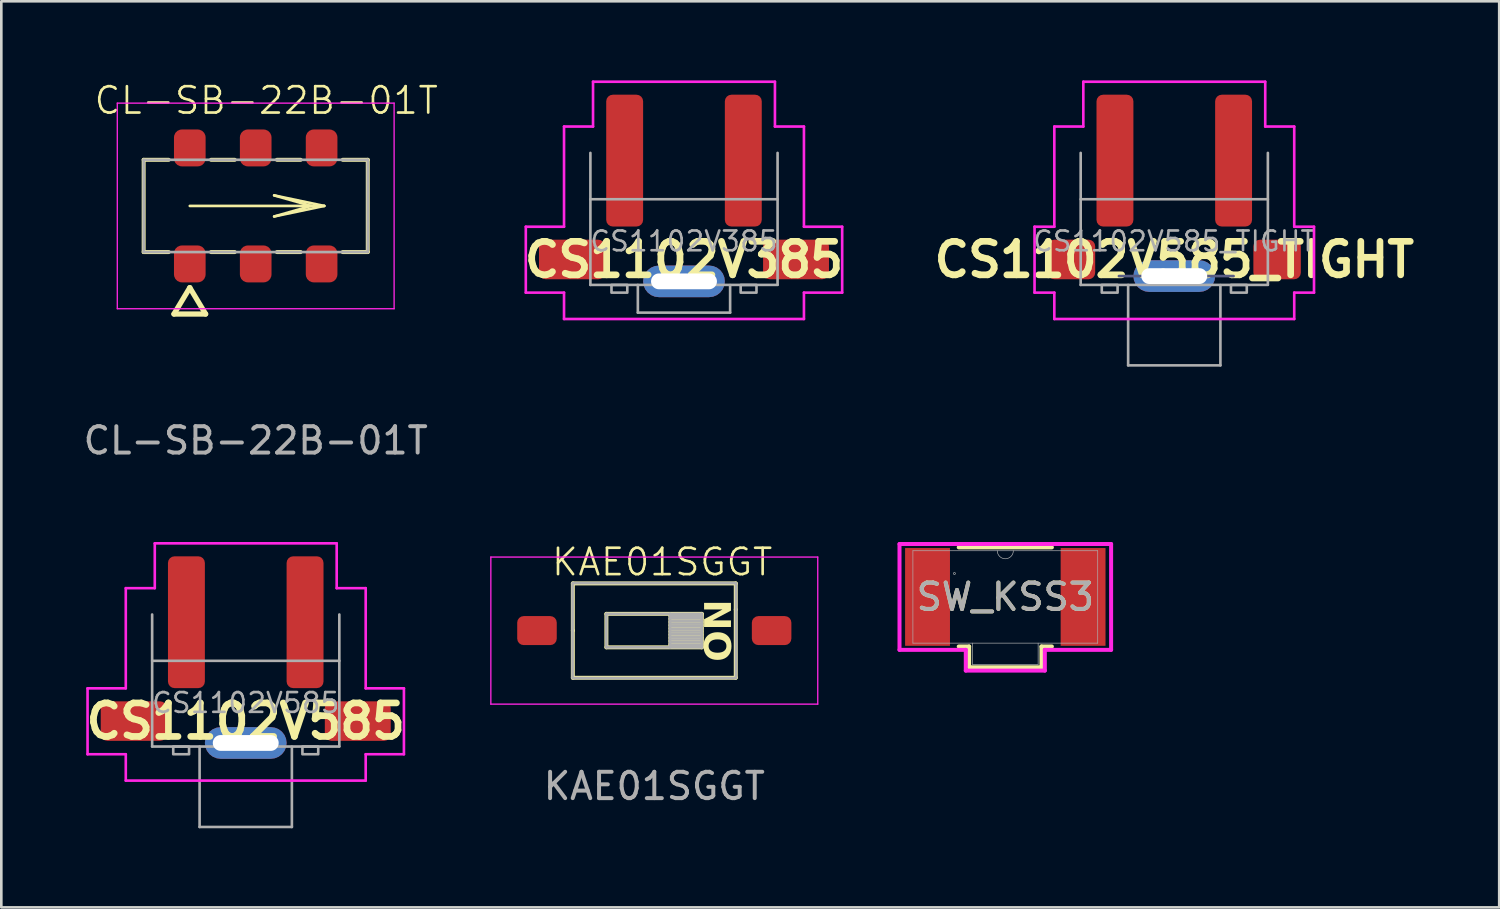
<source format=kicad_pcb>
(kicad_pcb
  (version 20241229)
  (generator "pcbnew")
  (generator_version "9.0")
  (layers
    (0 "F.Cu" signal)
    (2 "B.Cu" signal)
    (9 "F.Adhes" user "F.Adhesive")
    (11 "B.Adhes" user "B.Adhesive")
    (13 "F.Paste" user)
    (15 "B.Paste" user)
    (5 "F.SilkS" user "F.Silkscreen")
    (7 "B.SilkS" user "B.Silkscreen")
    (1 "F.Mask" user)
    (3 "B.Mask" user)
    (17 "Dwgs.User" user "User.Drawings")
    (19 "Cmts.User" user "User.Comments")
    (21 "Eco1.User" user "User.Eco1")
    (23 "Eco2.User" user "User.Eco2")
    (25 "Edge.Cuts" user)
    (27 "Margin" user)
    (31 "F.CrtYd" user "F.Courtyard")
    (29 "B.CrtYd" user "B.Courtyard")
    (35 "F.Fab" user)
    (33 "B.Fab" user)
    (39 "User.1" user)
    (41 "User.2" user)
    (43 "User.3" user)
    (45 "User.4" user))
  (footprint "SW_KSS3"
    (layer "F.Cu")
    (at 35.082 19.592)
    (property "Reference" "SW_KSS3" (at 0 0 0) (unlocked yes) (layer "F.SilkS") (effects (font (size 1 1) (thickness 0.15))))
    (attr smd)
    (fp_line (start -1.767 1.88) (end -1.372 1.88) (stroke (width 0.152) (type solid)) (layer "F.SilkS"))
    (fp_line (start -1.372 1.88) (end -1.372 2.667) (stroke (width 0.152) (type solid)) (layer "F.SilkS"))
    (fp_line (start -1.372 2.667) (end 1.372 2.667) (stroke (width 0.152) (type solid)) (layer "F.SilkS"))
    (fp_line (start 1.372 1.88) (end 1.767 1.88) (stroke (width 0.152) (type solid)) (layer "F.SilkS"))
    (fp_line (start 1.372 2.667) (end 1.372 1.88) (stroke (width 0.152) (type solid)) (layer "F.SilkS"))
    (fp_line (start 1.767 -1.88) (end -1.767 -1.88) (stroke (width 0.152) (type solid)) (layer "F.SilkS"))
    (fp_line (start -4.013 -2.007) (end -4.013 2.007) (stroke (width 0.152) (type solid)) (layer "F.CrtYd"))
    (fp_line (start -4.013 2.007) (end -1.499 2.007) (stroke (width 0.152) (type solid)) (layer "F.CrtYd"))
    (fp_line (start -1.499 2.007) (end -1.499 2.794) (stroke (width 0.152) (type solid)) (layer "F.CrtYd"))
    (fp_line (start -1.499 2.794) (end 1.499 2.794) (stroke (width 0.152) (type solid)) (layer "F.CrtYd"))
    (fp_line (start 1.499 2.007) (end 4.013 2.007) (stroke (width 0.152) (type solid)) (layer "F.CrtYd"))
    (fp_line (start 1.499 2.794) (end 1.499 2.007) (stroke (width 0.152) (type solid)) (layer "F.CrtYd"))
    (fp_line (start 4.013 -2.007) (end -4.013 -2.007) (stroke (width 0.152) (type solid)) (layer "F.CrtYd"))
    (fp_line (start 4.013 2.007) (end 4.013 -2.007) (stroke (width 0.152) (type solid)) (layer "F.CrtYd"))
    (fp_line (start -3.505 -1.753) (end -3.505 1.753) (stroke (width 0.025) (type solid)) (layer "F.Fab"))
    (fp_line (start -3.505 1.753) (end 3.505 1.753) (stroke (width 0.025) (type solid)) (layer "F.Fab"))
    (fp_line (start -1.245 1.753) (end -1.245 2.565) (stroke (width 0.025) (type solid)) (layer "F.Fab"))
    (fp_line (start -1.245 2.565) (end 1.245 2.565) (stroke (width 0.025) (type solid)) (layer "F.Fab"))
    (fp_line (start 1.245 2.565) (end 1.245 1.753) (stroke (width 0.025) (type solid)) (layer "F.Fab"))
    (fp_line (start 3.505 -1.753) (end -3.505 -1.753) (stroke (width 0.025) (type solid)) (layer "F.Fab"))
    (fp_line (start 3.505 1.753) (end 3.505 -1.753) (stroke (width 0.025) (type solid)) (layer "F.Fab"))
    (fp_arc (start 0.3048 -1.7526) (mid 0 -1.4478) (end -0.3048 -1.7526) (stroke (width 0.0254) (type solid)) (layer "F.Fab"))
    (fp_circle (center -1.93 -0.889) (end -1.892 -0.889) (stroke (width 0.025) (type solid)) (fill no) (layer "F.Fab"))
    (fp_text user "${REFERENCE}" (at 0 0 0) (unlocked yes) (layer "F.Fab") (effects (font (size 1 1) (thickness 0.15))))
    (pad "1" smd rect (at -2.95 0) (size 1.702 3.708) (layers "F.Cu" "F.Mask" "F.Paste"))
    (pad "2" smd rect (at 2.95 0) (size 1.702 3.708) (layers "F.Cu" "F.Mask" "F.Paste")))
  (footprint "CL-SB-22B-01T"
    (layer "F.Cu")
    (at 6.649 4.761)
    (property "Reference" "CL-SB-22B-01T" (at 0.4 -4 0) (unlocked yes) (layer "F.SilkS") (effects (font (size 1 1) (thickness 0.1))))
    (attr smd)
    (fp_line (start -4.25 -1.75) (end -4.25 1.75) (stroke (width 0.15) (type default)) (layer "F.SilkS"))
    (fp_line (start -4.25 -1.75) (end -3.3 -1.75) (stroke (width 0.15) (type default)) (layer "F.SilkS"))
    (fp_line (start -4.25 1.75) (end -3.3 1.75) (stroke (width 0.15) (type default)) (layer "F.SilkS"))
    (fp_line (start -2.5 0) (end 2.6 0) (stroke (width 0.1) (type default)) (layer "F.SilkS"))
    (fp_line (start -2.5 3.1) (end -3.1 4.1) (stroke (width 0.2) (type default)) (layer "F.SilkS"))
    (fp_line (start -2.5 3.1) (end -1.9 4.1) (stroke (width 0.2) (type default)) (layer "F.SilkS"))
    (fp_line (start -1.9 4.1) (end -3.1 4.1) (stroke (width 0.2) (type default)) (layer "F.SilkS"))
    (fp_line (start -1.695 -1.75) (end -0.795 -1.75) (stroke (width 0.15) (type default)) (layer "F.SilkS"))
    (fp_line (start -1.695 1.75) (end -0.795 1.75) (stroke (width 0.15) (type default)) (layer "F.SilkS"))
    (fp_line (start 0.7 -0.4) (end 2.1 0) (stroke (width 0.1) (type default)) (layer "F.SilkS"))
    (fp_line (start 0.7 0.4) (end 2.1 0) (stroke (width 0.1) (type default)) (layer "F.SilkS"))
    (fp_line (start 0.805 -1.75) (end 1.705 -1.75) (stroke (width 0.15) (type default)) (layer "F.SilkS"))
    (fp_line (start 0.805 1.75) (end 1.705 1.75) (stroke (width 0.15) (type default)) (layer "F.SilkS"))
    (fp_line (start 2.6 0) (end 0.7 -0.4) (stroke (width 0.1) (type default)) (layer "F.SilkS"))
    (fp_line (start 2.6 0) (end 0.7 0.4) (stroke (width 0.1) (type default)) (layer "F.SilkS"))
    (fp_line (start 3.3 -1.75) (end 4.25 -1.75) (stroke (width 0.15) (type default)) (layer "F.SilkS"))
    (fp_line (start 3.3 1.75) (end 4.25 1.75) (stroke (width 0.15) (type default)) (layer "F.SilkS"))
    (fp_line (start 4.25 -1.75) (end 4.25 1.75) (stroke (width 0.15) (type default)) (layer "F.SilkS"))
    (fp_line (start -5.25 -3.9) (end -5.25 3.9) (stroke (width 0.05) (type default)) (layer "F.CrtYd"))
    (fp_line (start -5.25 -3.9) (end 5.25 -3.9) (stroke (width 0.05) (type default)) (layer "F.CrtYd"))
    (fp_line (start -5.25 3.9) (end 5.25 3.9) (stroke (width 0.05) (type default)) (layer "F.CrtYd"))
    (fp_line (start 5.25 -3.9) (end 5.25 3.9) (stroke (width 0.05) (type default)) (layer "F.CrtYd"))
    (fp_line (start -4.25 -1.75) (end 4.25 -1.75) (stroke (width 0.1) (type default)) (layer "F.Fab"))
    (fp_line (start -4.25 1.75) (end -4.25 -1.75) (stroke (width 0.1) (type default)) (layer "F.Fab"))
    (fp_line (start 4.25 -1.75) (end 4.25 1.75) (stroke (width 0.1) (type default)) (layer "F.Fab"))
    (fp_line (start 4.25 1.75) (end -4.25 1.75) (stroke (width 0.1) (type default)) (layer "F.Fab"))
    (fp_text user "${REFERENCE}" (at 0 8.9 0) (unlocked yes) (layer "F.Fab") (effects (font (size 1 1) (thickness 0.15))))
    (pad "1" smd roundrect (at -2.5 2.2) (size 1.2 1.4) (layers "F.Cu" "F.Mask" "F.Paste") (roundrect_rratio 0.25))
    (pad "2" smd roundrect (at 0 2.2) (size 1.2 1.4) (layers "F.Cu" "F.Mask" "F.Paste") (roundrect_rratio 0.25))
    (pad "3" smd roundrect (at 2.5 2.2) (size 1.2 1.4) (layers "F.Cu" "F.Mask" "F.Paste") (roundrect_rratio 0.25))
    (pad "4" smd roundrect (at -2.5 -2.2) (size 1.2 1.4) (layers "F.Cu" "F.Mask" "F.Paste") (roundrect_rratio 0.25))
    (pad "5" smd roundrect (at 0 -2.2) (size 1.2 1.4) (layers "F.Cu" "F.Mask" "F.Paste") (roundrect_rratio 0.25))
    (pad "6" smd roundrect (at 2.5 -2.2) (size 1.2 1.4) (layers "F.Cu" "F.Mask" "F.Paste") (roundrect_rratio 0.25)))
  (footprint "CS1102V585_TIGHT"
    (layer "F.Cu")
    (at 41.491 8.05)
    (property "Reference" "CS1102V585_TIGHT" (at 0 -1.25 0) (layer "F.SilkS") (effects (font (size 1.27 1.27) (thickness 0.254))))
    (attr through_hole)
    (fp_line (start -5.3 -2.5) (end -5.3 0) (stroke (width 0.1) (type default)) (layer "F.CrtYd"))
    (fp_line (start -5.3 0) (end -4.55 0) (stroke (width 0.1) (type default)) (layer "F.CrtYd"))
    (fp_line (start -4.55 -2.5) (end -5.3 -2.5) (stroke (width 0.1) (type default)) (layer "F.CrtYd"))
    (fp_line (start -4.55 -2.5) (end -4.55 -6.3) (stroke (width 0.1) (type solid)) (layer "F.CrtYd"))
    (fp_line (start -4.55 0) (end -4.55 1) (stroke (width 0.1) (type default)) (layer "F.CrtYd"))
    (fp_line (start -3.45 -8) (end 3.45 -8) (stroke (width 0.1) (type solid)) (layer "F.CrtYd"))
    (fp_line (start -3.45 -6.3) (end -4.55 -6.3) (stroke (width 0.1) (type default)) (layer "F.CrtYd"))
    (fp_line (start -3.45 -6.3) (end -3.45 -8) (stroke (width 0.1) (type default)) (layer "F.CrtYd"))
    (fp_line (start 3.45 -6.3) (end 3.45 -8) (stroke (width 0.1) (type default)) (layer "F.CrtYd"))
    (fp_line (start 3.45 -6.3) (end 4.55 -6.3) (stroke (width 0.1) (type default)) (layer "F.CrtYd"))
    (fp_line (start 4.55 -2.5) (end 4.55 -6.3) (stroke (width 0.1) (type solid)) (layer "F.CrtYd"))
    (fp_line (start 4.55 -2.5) (end 5.3 -2.5) (stroke (width 0.1) (type default)) (layer "F.CrtYd"))
    (fp_line (start 4.55 0) (end 4.55 1) (stroke (width 0.1) (type default)) (layer "F.CrtYd"))
    (fp_line (start 4.55 1) (end -4.55 1) (stroke (width 0.1) (type solid)) (layer "F.CrtYd"))
    (fp_line (start 5.3 -2.5) (end 5.3 0) (stroke (width 0.1) (type default)) (layer "F.CrtYd"))
    (fp_line (start 5.3 0) (end 4.55 0) (stroke (width 0.1) (type default)) (layer "F.CrtYd"))
    (fp_line (start -2.1 -0.628) (end 2.25 -0.628) (stroke (width 0.1) (type default)) (layer "B.Fab"))
    (fp_line (start -3.55 -3.543) (end 3.55 -3.543) (stroke (width 0.1) (type solid)) (layer "F.Fab"))
    (fp_line (start -3.55 -0.293) (end -3.55 -5.3) (stroke (width 0.1) (type solid)) (layer "F.Fab"))
    (fp_line (start -1.75 -0.29) (end -1.75 2.758) (stroke (width 0.1) (type solid)) (layer "F.Fab"))
    (fp_line (start -1.75 2.758) (end 1.75 2.758) (stroke (width 0.1) (type solid)) (layer "F.Fab"))
    (fp_line (start 1.75 2.758) (end 1.75 -0.285) (stroke (width 0.1) (type solid)) (layer "F.Fab"))
    (fp_line (start 3.55 -5.3) (end 3.55 -0.3) (stroke (width 0.1) (type solid)) (layer "F.Fab"))
    (fp_line (start 3.55 -0.293) (end -3.55 -0.293) (stroke (width 0.1) (type solid)) (layer "F.Fab"))
    (fp_rect (start -2.75 -0.292) (end -2.15 0) (stroke (width 0.1) (type default)) (fill no) (layer "F.Fab"))
    (fp_rect (start 2.75 -0.292) (end 2.15 0) (stroke (width 0.1) (type default)) (fill no) (layer "F.Fab"))
    (fp_text user "${REFERENCE}" (at 0 -1.95 0) (layer "F.Fab") (effects (font (size 0.75 0.75) (thickness 0.1))))
    (pad "1" smd roundrect (at -2.25 -5.008) (size 1.4 5) (layers "F.Cu" "F.Mask" "F.Paste") (roundrect_rratio 0.179))
    (pad "2" smd roundrect (at 2.25 -5.008) (size 1.4 5) (layers "F.Cu" "F.Mask" "F.Paste") (roundrect_rratio 0.179))
    (pad "SH" smd roundrect (at -3.9 -1.258 90) (size 1.5 1.8) (layers "F.Cu" "F.Mask" "F.Paste") (roundrect_rratio 0.167))
    (pad "SH" thru_hole roundrect (at 0 -0.628) (size 3.1 1.2) (drill oval 2.5 0.6) (property pad_prop_castellated) (layers "*.Cu" "*.Mask") (roundrect_rratio 0.5))
    (pad "SH" smd roundrect (at 3.9 -1.258 90) (size 1.5 1.8) (layers "F.Cu" "F.Mask" "F.Paste") (roundrect_rratio 0.167)))
  (footprint "CS1102V385"
    (layer "F.Cu")
    (at 22.894 8.05)
    (property "Reference" "CS1102V385" (at 0 -1.25 0) (layer "F.SilkS") (effects (font (size 1.27 1.27) (thickness 0.254))))
    (attr through_hole)
    (fp_line (start -6 -2.5) (end -6 0) (stroke (width 0.1) (type default)) (layer "F.CrtYd"))
    (fp_line (start -6 0) (end -4.55 0) (stroke (width 0.1) (type default)) (layer "F.CrtYd"))
    (fp_line (start -4.55 -2.5) (end -6 -2.5) (stroke (width 0.1) (type default)) (layer "F.CrtYd"))
    (fp_line (start -4.55 -2.5) (end -4.55 -6.3) (stroke (width 0.1) (type solid)) (layer "F.CrtYd"))
    (fp_line (start -4.55 0) (end -4.55 1) (stroke (width 0.1) (type default)) (layer "F.CrtYd"))
    (fp_line (start -3.45 -8) (end 3.45 -8) (stroke (width 0.1) (type solid)) (layer "F.CrtYd"))
    (fp_line (start -3.45 -6.3) (end -4.55 -6.3) (stroke (width 0.1) (type default)) (layer "F.CrtYd"))
    (fp_line (start -3.45 -6.3) (end -3.45 -8) (stroke (width 0.1) (type default)) (layer "F.CrtYd"))
    (fp_line (start 3.45 -6.3) (end 3.45 -8) (stroke (width 0.1) (type default)) (layer "F.CrtYd"))
    (fp_line (start 3.45 -6.3) (end 4.55 -6.3) (stroke (width 0.1) (type default)) (layer "F.CrtYd"))
    (fp_line (start 4.55 -2.5) (end 4.55 -6.3) (stroke (width 0.1) (type solid)) (layer "F.CrtYd"))
    (fp_line (start 4.55 -2.5) (end 6 -2.5) (stroke (width 0.1) (type default)) (layer "F.CrtYd"))
    (fp_line (start 4.55 0) (end 4.55 1) (stroke (width 0.1) (type default)) (layer "F.CrtYd"))
    (fp_line (start 4.55 1) (end -4.55 1) (stroke (width 0.1) (type solid)) (layer "F.CrtYd"))
    (fp_line (start 6 -2.5) (end 6 0) (stroke (width 0.1) (type default)) (layer "F.CrtYd"))
    (fp_line (start 6 0) (end 4.55 0) (stroke (width 0.1) (type default)) (layer "F.CrtYd"))
    (fp_line (start -3.55 -3.543) (end 3.55 -3.543) (stroke (width 0.1) (type solid)) (layer "F.Fab"))
    (fp_line (start -3.55 -0.293) (end -3.55 -5.3) (stroke (width 0.1) (type solid)) (layer "F.Fab"))
    (fp_line (start -1.75 -0.29) (end -1.75 0.758) (stroke (width 0.1) (type solid)) (layer "F.Fab"))
    (fp_line (start -1.75 0.758) (end 1.75 0.758) (stroke (width 0.1) (type solid)) (layer "F.Fab"))
    (fp_line (start 1.75 0.758) (end 1.75 -0.285) (stroke (width 0.1) (type solid)) (layer "F.Fab"))
    (fp_line (start 3.55 -5.3) (end 3.55 -0.3) (stroke (width 0.1) (type solid)) (layer "F.Fab"))
    (fp_line (start 3.55 -0.293) (end -3.55 -0.293) (stroke (width 0.1) (type solid)) (layer "F.Fab"))
    (fp_rect (start -2.75 -0.292) (end -2.15 0) (stroke (width 0.1) (type default)) (fill no) (layer "F.Fab"))
    (fp_rect (start 2.75 -0.292) (end 2.15 0) (stroke (width 0.1) (type default)) (fill no) (layer "F.Fab"))
    (fp_text user "${REFERENCE}" (at 0 -1.95 0) (layer "F.Fab") (effects (font (size 0.75 0.75) (thickness 0.1))))
    (pad "1" smd roundrect (at -2.25 -5.008) (size 1.4 5) (layers "F.Cu" "F.Mask" "F.Paste") (roundrect_rratio 0.179))
    (pad "2" smd roundrect (at 2.25 -5.008) (size 1.4 5) (layers "F.Cu" "F.Mask" "F.Paste") (roundrect_rratio 0.179))
    (pad "SH" smd roundrect (at -4.25 -1.258 90) (size 1.5 2.5) (layers "F.Cu" "F.Mask" "F.Paste") (roundrect_rratio 0.167))
    (pad "SH" thru_hole roundrect (at 0 -0.428) (size 3.1 1.2) (drill oval 2.5 0.6) (layers "*.Cu" "*.Mask" "F.Paste") (roundrect_rratio 0.5))
    (pad "SH" smd roundrect (at 4.25 -1.258 90) (size 1.5 2.5) (layers "F.Cu" "F.Mask" "F.Paste") (roundrect_rratio 0.167)))
  (footprint "KAE01SGGT"
    (layer "F.Cu")
    (at 21.768 20.869)
    (property "Reference" "KAE01SGGT" (at 0.3 -2.6 0) (unlocked yes) (layer "F.SilkS") (effects (font (size 1 1) (thickness 0.1))))
    (attr smd)
    (fp_line (start -3.09 -1.79) (end -3.09 0) (stroke (width 0.15) (type solid)) (layer "F.SilkS"))
    (fp_line (start -3.09 -1.79) (end 3.09 -1.79) (stroke (width 0.15) (type solid)) (layer "F.SilkS"))
    (fp_line (start -3.09 0) (end -3.09 1.79) (stroke (width 0.15) (type solid)) (layer "F.SilkS"))
    (fp_line (start -3.09 1.79) (end 3.09 1.79) (stroke (width 0.15) (type solid)) (layer "F.SilkS"))
    (fp_line (start -1.817 -0.635) (end -1.817 0.635) (stroke (width 0.15) (type solid)) (layer "F.SilkS"))
    (fp_line (start -1.817 0.635) (end 1.803 0.635) (stroke (width 0.15) (type solid)) (layer "F.SilkS"))
    (fp_line (start 0.597 0.635) (end 0.597 -0.635) (stroke (width 0.12) (type solid)) (layer "F.SilkS"))
    (fp_line (start 1.803 -0.635) (end -1.817 -0.635) (stroke (width 0.15) (type solid)) (layer "F.SilkS"))
    (fp_line (start 1.803 -0.565) (end 0.597 -0.565) (stroke (width 0.12) (type solid)) (layer "F.SilkS"))
    (fp_line (start 1.803 -0.445) (end 0.597 -0.445) (stroke (width 0.12) (type solid)) (layer "F.SilkS"))
    (fp_line (start 1.803 -0.325) (end 0.597 -0.325) (stroke (width 0.12) (type solid)) (layer "F.SilkS"))
    (fp_line (start 1.803 -0.205) (end 0.597 -0.205) (stroke (width 0.12) (type solid)) (layer "F.SilkS"))
    (fp_line (start 1.803 -0.085) (end 0.597 -0.085) (stroke (width 0.12) (type solid)) (layer "F.SilkS"))
    (fp_line (start 1.803 0.035) (end 0.597 0.035) (stroke (width 0.12) (type solid)) (layer "F.SilkS"))
    (fp_line (start 1.803 0.155) (end 0.597 0.155) (stroke (width 0.12) (type solid)) (layer "F.SilkS"))
    (fp_line (start 1.803 0.275) (end 0.597 0.275) (stroke (width 0.12) (type solid)) (layer "F.SilkS"))
    (fp_line (start 1.803 0.395) (end 0.597 0.395) (stroke (width 0.12) (type solid)) (layer "F.SilkS"))
    (fp_line (start 1.803 0.515) (end 0.597 0.515) (stroke (width 0.12) (type solid)) (layer "F.SilkS"))
    (fp_line (start 1.803 0.635) (end 1.803 -0.635) (stroke (width 0.15) (type solid)) (layer "F.SilkS"))
    (fp_line (start 3.09 -1.79) (end 3.09 -0.8) (stroke (width 0.15) (type solid)) (layer "F.SilkS"))
    (fp_line (start 3.09 -0.8) (end 3.09 1.79) (stroke (width 0.15) (type solid)) (layer "F.SilkS"))
    (fp_line (start -6.2 -2.79) (end -6.2 2.79) (stroke (width 0.05) (type solid)) (layer "F.CrtYd"))
    (fp_line (start -6.2 2.79) (end 6.2 2.79) (stroke (width 0.05) (type solid)) (layer "F.CrtYd"))
    (fp_line (start 6.2 -2.79) (end -6.2 -2.79) (stroke (width 0.05) (type solid)) (layer "F.CrtYd"))
    (fp_line (start 6.2 2.79) (end 6.2 -2.79) (stroke (width 0.05) (type solid)) (layer "F.CrtYd"))
    (fp_line (start -1.817 -0.635) (end -1.817 0.635) (stroke (width 0.1) (type solid)) (layer "F.Fab"))
    (fp_line (start -1.817 0.635) (end 1.803 0.635) (stroke (width 0.1) (type solid)) (layer "F.Fab"))
    (fp_line (start 0.597 0.635) (end 0.597 -0.635) (stroke (width 0.1) (type solid)) (layer "F.Fab"))
    (fp_line (start 1.803 -0.635) (end -1.817 -0.635) (stroke (width 0.1) (type solid)) (layer "F.Fab"))
    (fp_line (start 1.803 -0.565) (end 0.597 -0.565) (stroke (width 0.1) (type solid)) (layer "F.Fab"))
    (fp_line (start 1.803 -0.465) (end 0.597 -0.465) (stroke (width 0.1) (type solid)) (layer "F.Fab"))
    (fp_line (start 1.803 -0.365) (end 0.597 -0.365) (stroke (width 0.1) (type solid)) (layer "F.Fab"))
    (fp_line (start 1.803 -0.265) (end 0.597 -0.265) (stroke (width 0.1) (type solid)) (layer "F.Fab"))
    (fp_line (start 1.803 -0.165) (end 0.597 -0.165) (stroke (width 0.1) (type solid)) (layer "F.Fab"))
    (fp_line (start 1.803 -0.065) (end 0.597 -0.065) (stroke (width 0.1) (type solid)) (layer "F.Fab"))
    (fp_line (start 1.803 0.035) (end 0.597 0.035) (stroke (width 0.1) (type solid)) (layer "F.Fab"))
    (fp_line (start 1.803 0.135) (end 0.597 0.135) (stroke (width 0.1) (type solid)) (layer "F.Fab"))
    (fp_line (start 1.803 0.235) (end 0.597 0.235) (stroke (width 0.1) (type solid)) (layer "F.Fab"))
    (fp_line (start 1.803 0.335) (end 0.597 0.335) (stroke (width 0.1) (type solid)) (layer "F.Fab"))
    (fp_line (start 1.803 0.435) (end 0.597 0.435) (stroke (width 0.1) (type solid)) (layer "F.Fab"))
    (fp_line (start 1.803 0.535) (end 0.597 0.535) (stroke (width 0.1) (type solid)) (layer "F.Fab"))
    (fp_line (start 1.803 0.635) (end 1.803 -0.635) (stroke (width 0.1) (type solid)) (layer "F.Fab"))
    (fp_rect (start -3.1 -1.8) (end 3.1 1.8) (stroke (width 0.1) (type default)) (fill no) (layer "F.Fab"))
    (fp_text user "ON" (at 2.493 0 270) (layer "F.SilkS") (effects (font (face "Ubuntu") (size 1 1) (thickness 0.2) (bold yes))))
    (fp_text user "${REFERENCE}" (at 0 5.9 0) (unlocked yes) (layer "F.Fab") (effects (font (size 1 1) (thickness 0.15))))
    (pad "1" smd roundrect (at -4.45 0) (size 1.5 1.1) (layers "F.Cu" "F.Mask" "F.Paste") (roundrect_rratio 0.223))
    (pad "2" smd roundrect (at 4.45 0) (size 1.5 1.1) (layers "F.Cu" "F.Mask" "F.Paste") (roundrect_rratio 0.227)))
  (footprint "CS1102V585"
    (layer "F.Cu")
    (at 6.271 25.559)
    (property "Reference" "CS1102V585" (at 0 -1.25 0) (layer "F.SilkS") (effects (font (size 1.27 1.27) (thickness 0.254))))
    (attr through_hole)
    (fp_line (start -6 -2.5) (end -6 0) (stroke (width 0.1) (type default)) (layer "F.CrtYd"))
    (fp_line (start -6 0) (end -4.55 0) (stroke (width 0.1) (type default)) (layer "F.CrtYd"))
    (fp_line (start -4.55 -2.5) (end -6 -2.5) (stroke (width 0.1) (type default)) (layer "F.CrtYd"))
    (fp_line (start -4.55 -2.5) (end -4.55 -6.3) (stroke (width 0.1) (type solid)) (layer "F.CrtYd"))
    (fp_line (start -4.55 0) (end -4.55 1) (stroke (width 0.1) (type default)) (layer "F.CrtYd"))
    (fp_line (start -3.45 -8) (end 3.45 -8) (stroke (width 0.1) (type solid)) (layer "F.CrtYd"))
    (fp_line (start -3.45 -6.3) (end -4.55 -6.3) (stroke (width 0.1) (type default)) (layer "F.CrtYd"))
    (fp_line (start -3.45 -6.3) (end -3.45 -8) (stroke (width 0.1) (type default)) (layer "F.CrtYd"))
    (fp_line (start 3.45 -6.3) (end 3.45 -8) (stroke (width 0.1) (type default)) (layer "F.CrtYd"))
    (fp_line (start 3.45 -6.3) (end 4.55 -6.3) (stroke (width 0.1) (type default)) (layer "F.CrtYd"))
    (fp_line (start 4.55 -2.5) (end 4.55 -6.3) (stroke (width 0.1) (type solid)) (layer "F.CrtYd"))
    (fp_line (start 4.55 -2.5) (end 6 -2.5) (stroke (width 0.1) (type default)) (layer "F.CrtYd"))
    (fp_line (start 4.55 0) (end 4.55 1) (stroke (width 0.1) (type default)) (layer "F.CrtYd"))
    (fp_line (start 4.55 1) (end -4.55 1) (stroke (width 0.1) (type solid)) (layer "F.CrtYd"))
    (fp_line (start 6 -2.5) (end 6 0) (stroke (width 0.1) (type default)) (layer "F.CrtYd"))
    (fp_line (start 6 0) (end 4.55 0) (stroke (width 0.1) (type default)) (layer "F.CrtYd"))
    (fp_line (start -3.55 -3.543) (end 3.55 -3.543) (stroke (width 0.1) (type solid)) (layer "F.Fab"))
    (fp_line (start -3.55 -0.293) (end -3.55 -5.3) (stroke (width 0.1) (type solid)) (layer "F.Fab"))
    (fp_line (start -1.75 -0.29) (end -1.75 2.758) (stroke (width 0.1) (type solid)) (layer "F.Fab"))
    (fp_line (start -1.75 2.758) (end 1.75 2.758) (stroke (width 0.1) (type solid)) (layer "F.Fab"))
    (fp_line (start 1.75 2.758) (end 1.75 -0.285) (stroke (width 0.1) (type solid)) (layer "F.Fab"))
    (fp_line (start 3.55 -5.3) (end 3.55 -0.3) (stroke (width 0.1) (type solid)) (layer "F.Fab"))
    (fp_line (start 3.55 -0.293) (end -3.55 -0.293) (stroke (width 0.1) (type solid)) (layer "F.Fab"))
    (fp_rect (start -2.75 -0.292) (end -2.15 0) (stroke (width 0.1) (type default)) (fill no) (layer "F.Fab"))
    (fp_rect (start 2.75 -0.292) (end 2.15 0) (stroke (width 0.1) (type default)) (fill no) (layer "F.Fab"))
    (fp_text user "${REFERENCE}" (at 0 -1.95 0) (layer "F.Fab") (effects (font (size 0.75 0.75) (thickness 0.1))))
    (pad "1" smd roundrect (at -2.25 -5.008) (size 1.4 5) (layers "F.Cu" "F.Mask" "F.Paste") (roundrect_rratio 0.179))
    (pad "2" smd roundrect (at 2.25 -5.008) (size 1.4 5) (layers "F.Cu" "F.Mask" "F.Paste") (roundrect_rratio 0.179))
    (pad "SH" smd roundrect (at -4.25 -1.258 90) (size 1.5 2.5) (layers "F.Cu" "F.Mask" "F.Paste") (roundrect_rratio 0.167))
    (pad "SH" thru_hole roundrect (at 0 -0.428) (size 3.1 1.2) (drill oval 2.5 0.6) (layers "*.Cu" "*.Mask" "F.Paste") (roundrect_rratio 0.5))
    (pad "SH" smd roundrect (at 4.25 -1.258 90) (size 1.5 2.5) (layers "F.Cu" "F.Mask" "F.Paste") (roundrect_rratio 0.167)))
  (gr_rect
    (start -3 -3)
    (end 53.816 31.367)
    (stroke (width 0.1) (type default))
    (fill no)
    (layer "Edge.Cuts")))
</source>
